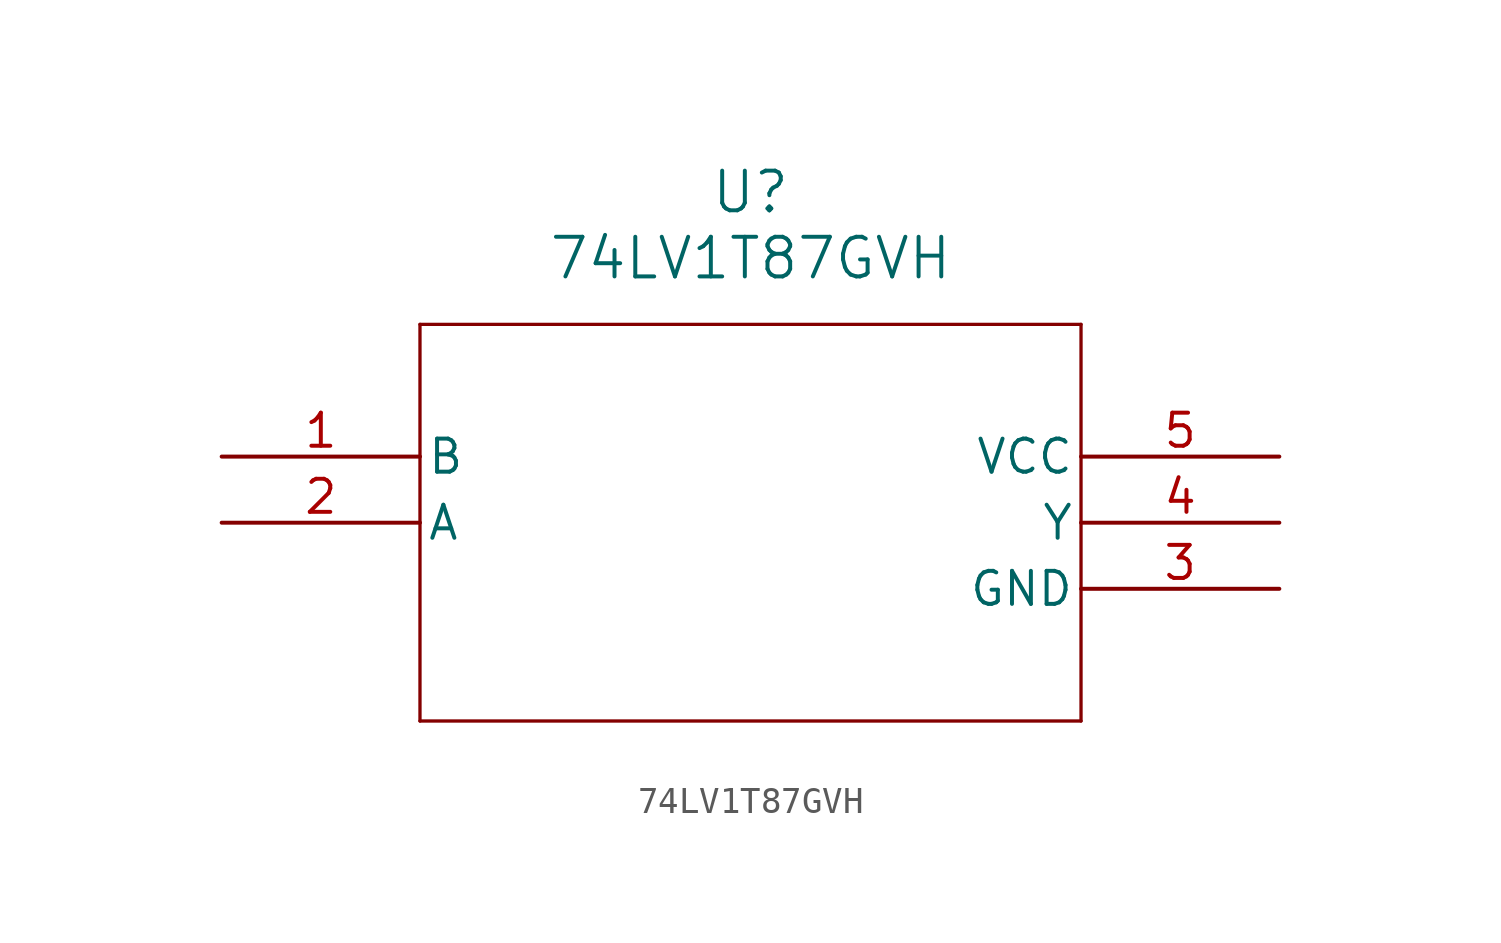
<source format=kicad_sym>
(kicad_symbol_lib
  (version 20211014)
  (generator kicad_symbol_editor)
  (symbol "74LV1T87GVH"
    (pin_names
      (offset 0.254))
    (property "Reference" "U"
      (at 20.32 10.16 0)
      (effects (font (size 1.524 1.524))))
    (property "Value" "74LV1T87GVH"
      (at 20.32 7.62 0)
      (effects (font (size 1.524 1.524))))
    (symbol "74LV1T87GVH_0_1"
      (polyline (pts (xy 7.62 5.08) (xy 7.62 -10.16)) (stroke (width 0.127) (type default) (color 0 0 0 0)) (fill (type none)))
      (polyline (pts (xy 7.62 -10.16) (xy 33.02 -10.16)) (stroke (width 0.127) (type default) (color 0 0 0 0)) (fill (type none)))
      (polyline (pts (xy 33.02 -10.16) (xy 33.02 5.08)) (stroke (width 0.127) (type default) (color 0 0 0 0)) (fill (type none)))
      (polyline (pts (xy 33.02 5.08) (xy 7.62 5.08)) (stroke (width 0.127) (type default) (color 0 0 0 0)) (fill (type none)))
      (pin input line (at 0 0 0) (length 7.62) (name "B" (effects (font (size 1.27 1.27)))) (number "1" (effects (font (size 1.27 1.27)))))
      (pin input line (at 0 -2.54 0) (length 7.62) (name "A" (effects (font (size 1.27 1.27)))) (number "2" (effects (font (size 1.27 1.27)))))
      (pin power_out line (at 40.64 -5.08 180) (length 7.62) (name "GND" (effects (font (size 1.27 1.27)))) (number "3" (effects (font (size 1.27 1.27)))))
      (pin output line (at 40.64 -2.54 180) (length 7.62) (name "Y" (effects (font (size 1.27 1.27)))) (number "4" (effects (font (size 1.27 1.27)))))
      (pin power_in line (at 40.64 0 180) (length 7.62) (name "VCC" (effects (font (size 1.27 1.27)))) (number "5" (effects (font (size 1.27 1.27))))))))
</source>
